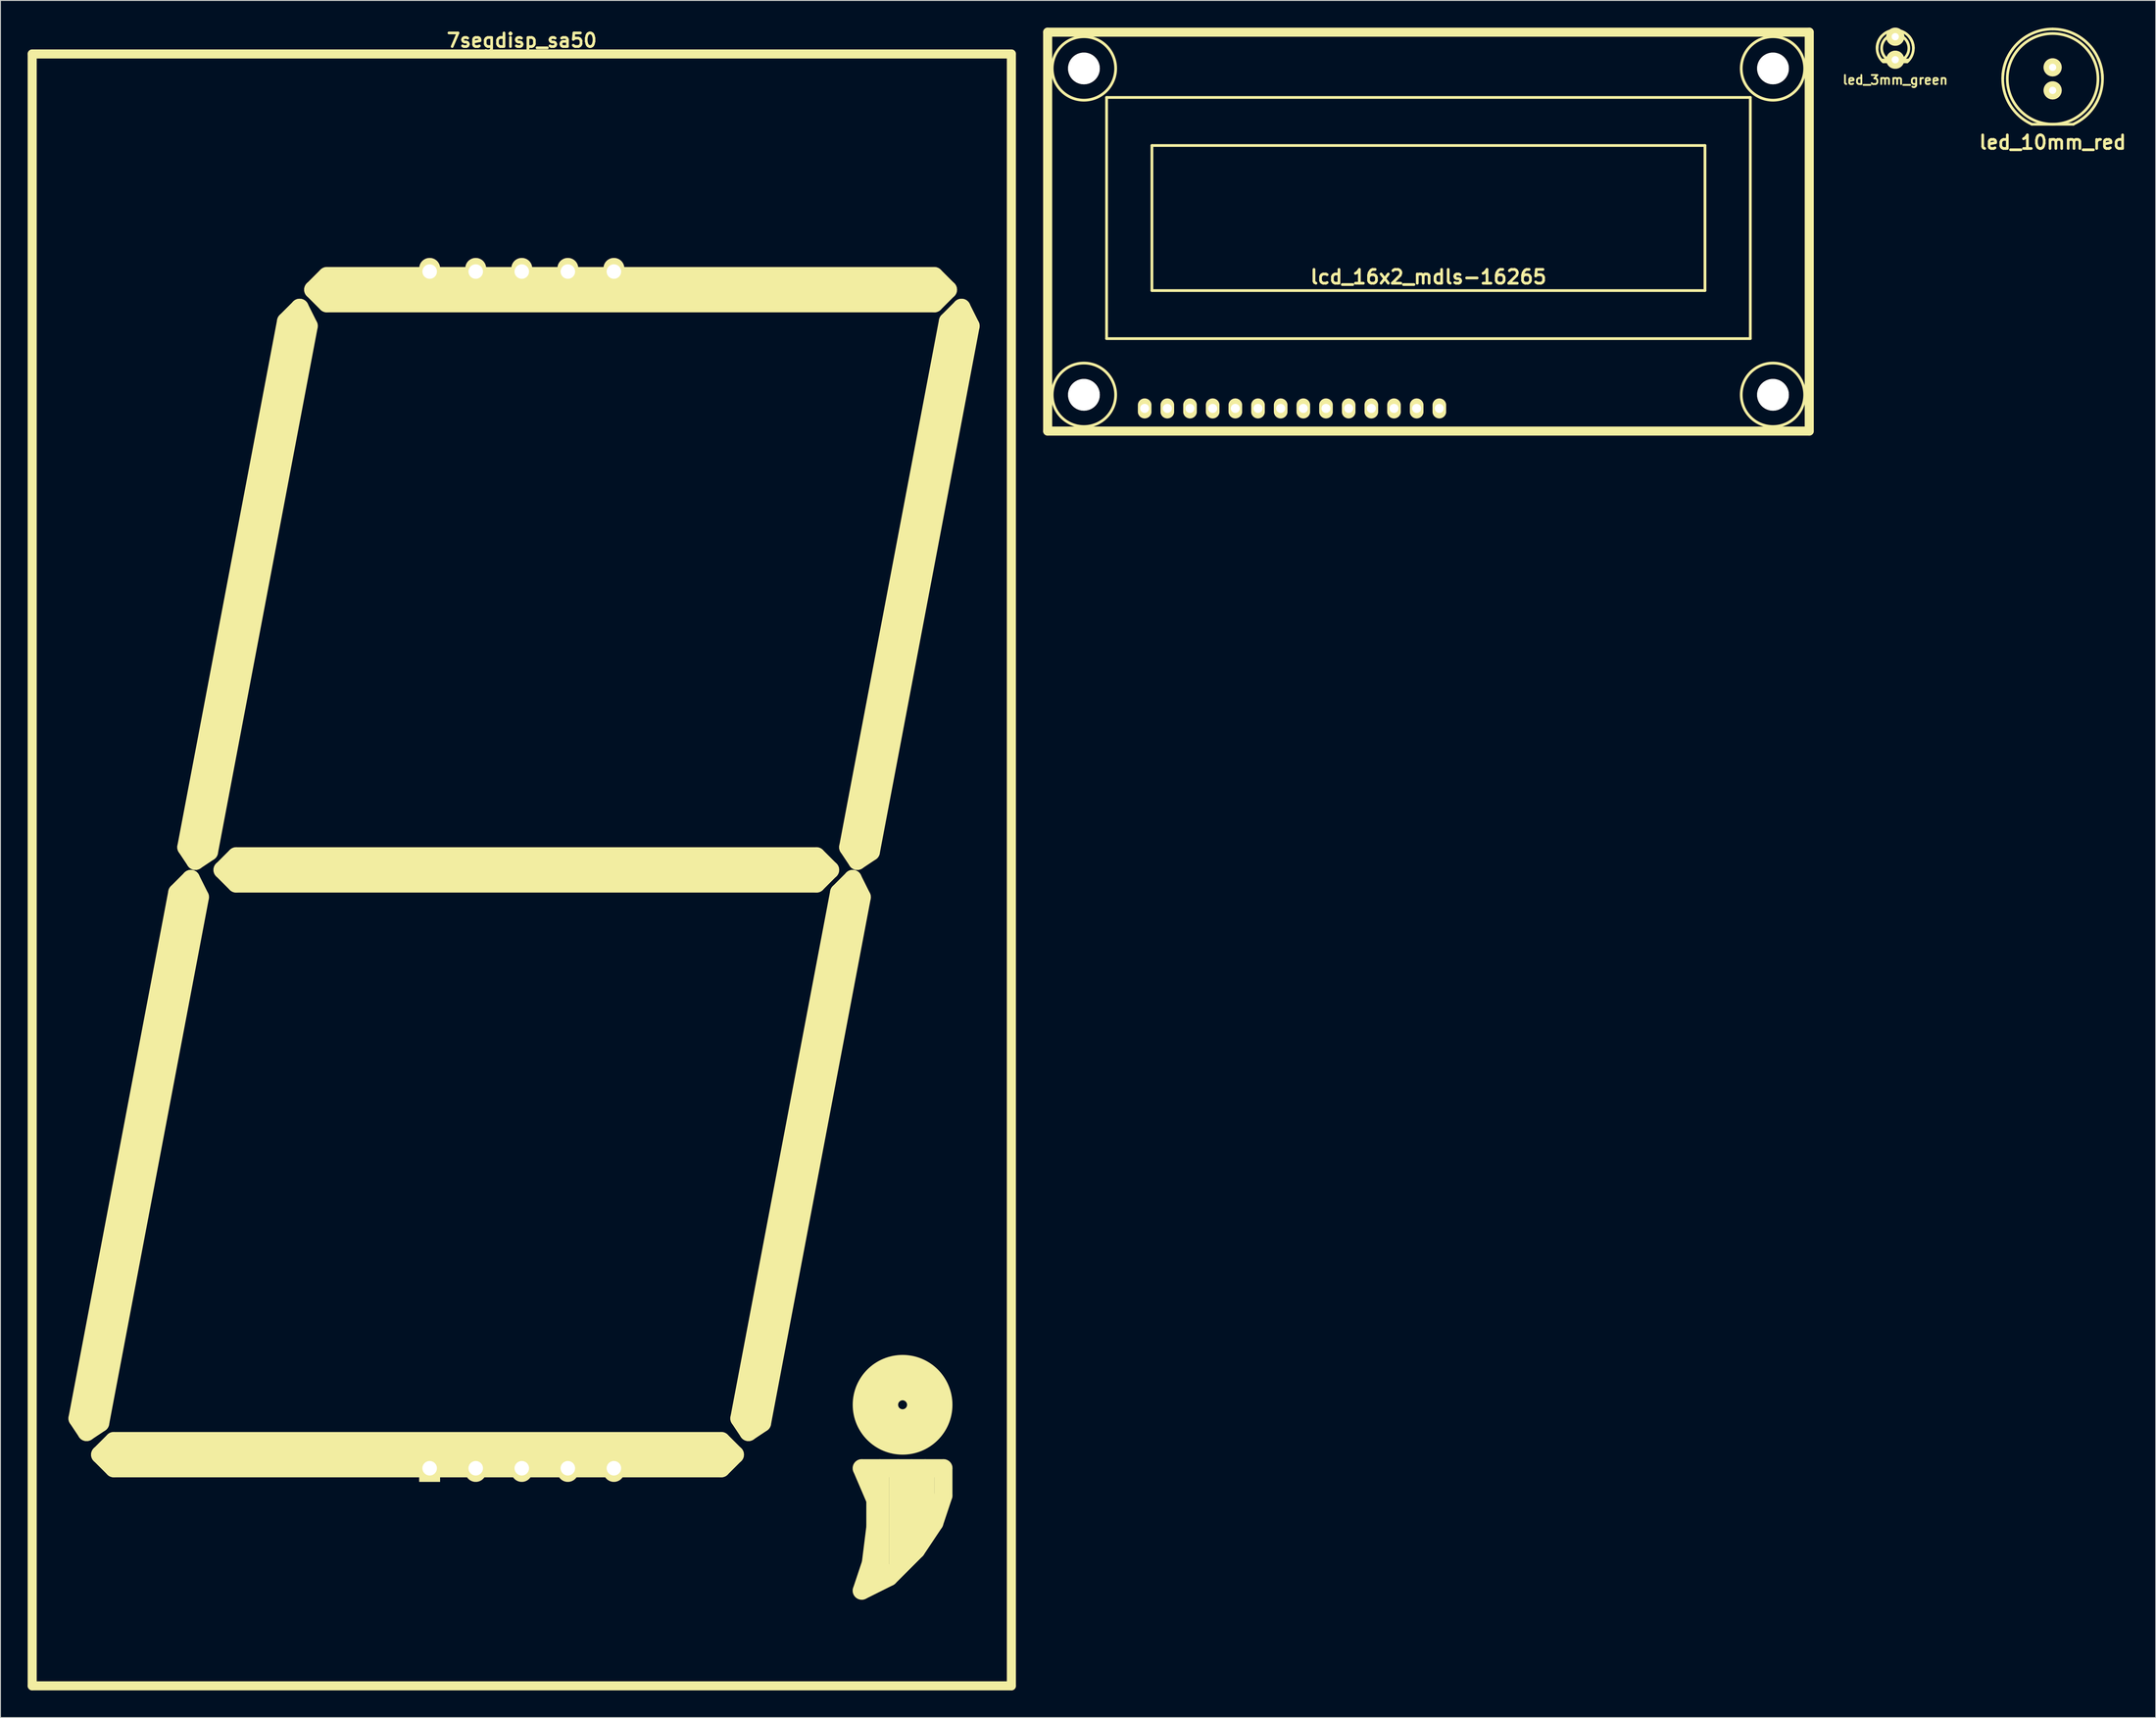
<source format=kicad_pcb>
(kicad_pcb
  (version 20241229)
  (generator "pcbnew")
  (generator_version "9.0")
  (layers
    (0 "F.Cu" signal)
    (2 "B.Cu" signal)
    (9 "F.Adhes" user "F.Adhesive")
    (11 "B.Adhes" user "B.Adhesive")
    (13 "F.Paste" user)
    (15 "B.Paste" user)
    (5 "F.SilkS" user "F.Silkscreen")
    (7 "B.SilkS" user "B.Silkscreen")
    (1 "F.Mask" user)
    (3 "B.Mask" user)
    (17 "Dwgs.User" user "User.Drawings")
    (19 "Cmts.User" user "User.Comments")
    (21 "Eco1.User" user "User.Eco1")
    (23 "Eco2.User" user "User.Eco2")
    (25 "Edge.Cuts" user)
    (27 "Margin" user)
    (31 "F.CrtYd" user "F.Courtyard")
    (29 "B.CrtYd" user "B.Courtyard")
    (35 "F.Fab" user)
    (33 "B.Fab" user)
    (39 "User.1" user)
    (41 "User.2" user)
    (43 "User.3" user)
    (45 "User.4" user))
  (footprint "led_10mm_red"
    (layer "F.Cu")
    (at 223.344 5.649)
    (property "Reference" "led_10mm_red" (at 0 7 0) (layer "F.SilkS") (effects (font (size 1.5 1.5) (thickness 0.3))))
    (attr through_hole)
    (fp_line (start -2.301 5.009) (end 2.301 5.009) (stroke (width 0.3) (type solid)) (layer "F.SilkS"))
    (fp_arc (start -5.4991 0) (mid -3.888451 -3.888451) (end 0 -5.4991) (stroke (width 0.29972) (type solid)) (layer "F.SilkS"))
    (fp_arc (start -2.30124 5.00126) (mid -5.163647 1.909202) (end -5.00126 -2.30124) (stroke (width 0.29972) (type solid)) (layer "F.SilkS"))
    (fp_arc (start 0 -5.4991) (mid 3.888451 -3.888451) (end 5.4991 0) (stroke (width 0.29972) (type solid)) (layer "F.SilkS"))
    (fp_arc (start 5.00126 -2.28092) (mid 5.149279 1.923571) (end 2.28092 5.00126) (stroke (width 0.29972) (type solid)) (layer "F.SilkS"))
    (fp_circle (center 0 0) (end -5.001 0) (stroke (width 0.3) (type solid)) (fill no) (layer "F.SilkS"))
    (pad "1" thru_hole circle (at 0 -1.27) (size 1.999 1.999) (drill 0.8) (layers "*.Cu" "*.Mask" "F.SilkS"))
    (pad "2" thru_hole circle (at 0 1.27) (size 1.999 1.999) (drill 0.8) (layers "*.Cu" "*.Mask" "F.SilkS")))
  (footprint "7segdisp_sa50"
    (layer "F.Cu")
    (at 54.5 92.904)
    (property "Reference" "7segdisp_sa50" (at 0 -91.5 0) (layer "F.SilkS") (effects (font (size 1.5 1.5) (thickness 0.3))))
    (attr through_hole)
    (fp_line (start -54 90) (end -54 -90) (stroke (width 1) (type solid)) (layer "F.SilkS"))
    (fp_line (start -54 90) (end 54 90) (stroke (width 1) (type solid)) (layer "F.SilkS"))
    (fp_line (start -49 60.5) (end -38 2.5) (stroke (width 2) (type solid)) (layer "F.SilkS"))
    (fp_line (start -48 62) (end -49 60.5) (stroke (width 2) (type solid)) (layer "F.SilkS"))
    (fp_line (start -48 62) (end -46.5 61) (stroke (width 2) (type solid)) (layer "F.SilkS"))
    (fp_line (start -48 62) (end -36.5 1) (stroke (width 2) (type solid)) (layer "F.SilkS"))
    (fp_line (start -46.5 61) (end -35.5 3) (stroke (width 2) (type solid)) (layer "F.SilkS"))
    (fp_line (start -46.5 64.5) (end -45 66) (stroke (width 2) (type solid)) (layer "F.SilkS"))
    (fp_line (start -45 63) (end -46.5 64.5) (stroke (width 2) (type solid)) (layer "F.SilkS"))
    (fp_line (start -45 66) (end 22 66) (stroke (width 2) (type solid)) (layer "F.SilkS"))
    (fp_line (start -37 -2.5) (end -26 -60.5) (stroke (width 2) (type solid)) (layer "F.SilkS"))
    (fp_line (start -36.5 1) (end -38 2.5) (stroke (width 2) (type solid)) (layer "F.SilkS"))
    (fp_line (start -36.5 1) (end -35.5 3) (stroke (width 2) (type solid)) (layer "F.SilkS"))
    (fp_line (start -36 -1) (end -37 -2.5) (stroke (width 2) (type solid)) (layer "F.SilkS"))
    (fp_line (start -36 -1) (end -34.5 -2) (stroke (width 2) (type solid)) (layer "F.SilkS"))
    (fp_line (start -36 -1) (end -24.5 -62) (stroke (width 2) (type solid)) (layer "F.SilkS"))
    (fp_line (start -34.5 -2) (end -23.5 -60) (stroke (width 2) (type solid)) (layer "F.SilkS"))
    (fp_line (start -33 0) (end -31.5 -1.5) (stroke (width 2) (type solid)) (layer "F.SilkS"))
    (fp_line (start -33 0) (end -31.5 1.5) (stroke (width 2) (type solid)) (layer "F.SilkS"))
    (fp_line (start -31.5 -1.5) (end 32.5 -1.5) (stroke (width 2) (type solid)) (layer "F.SilkS"))
    (fp_line (start -24.5 -62) (end -26 -60.5) (stroke (width 2) (type solid)) (layer "F.SilkS"))
    (fp_line (start -24.5 -62) (end -23.5 -60) (stroke (width 2) (type solid)) (layer "F.SilkS"))
    (fp_line (start -23 -64) (end -21.5 -62.5) (stroke (width 2) (type solid)) (layer "F.SilkS"))
    (fp_line (start -21.5 -65.5) (end -23 -64) (stroke (width 2) (type solid)) (layer "F.SilkS"))
    (fp_line (start -21.5 -62.5) (end 45.5 -62.5) (stroke (width 2) (type solid)) (layer "F.SilkS"))
    (fp_line (start 22 63) (end -45 63) (stroke (width 2) (type solid)) (layer "F.SilkS"))
    (fp_line (start 22 66) (end 23.5 64.5) (stroke (width 2) (type solid)) (layer "F.SilkS"))
    (fp_line (start 23.5 64.5) (end -46.5 64.5) (stroke (width 2) (type solid)) (layer "F.SilkS"))
    (fp_line (start 23.5 64.5) (end 22 63) (stroke (width 2) (type solid)) (layer "F.SilkS"))
    (fp_line (start 24 60.5) (end 35 2.5) (stroke (width 2) (type solid)) (layer "F.SilkS"))
    (fp_line (start 25 62) (end 24 60.5) (stroke (width 2) (type solid)) (layer "F.SilkS"))
    (fp_line (start 25 62) (end 26.5 61) (stroke (width 2) (type solid)) (layer "F.SilkS"))
    (fp_line (start 25 62) (end 36.5 1) (stroke (width 2) (type solid)) (layer "F.SilkS"))
    (fp_line (start 26.5 61) (end 37.5 3) (stroke (width 2) (type solid)) (layer "F.SilkS"))
    (fp_line (start 32.5 1.5) (end -31.5 1.5) (stroke (width 2) (type solid)) (layer "F.SilkS"))
    (fp_line (start 34 0) (end -33 0) (stroke (width 2) (type solid)) (layer "F.SilkS"))
    (fp_line (start 34 0) (end 32.5 -1.5) (stroke (width 2) (type solid)) (layer "F.SilkS"))
    (fp_line (start 34 0) (end 32.5 1.5) (stroke (width 2) (type solid)) (layer "F.SilkS"))
    (fp_line (start 36 -2.5) (end 47 -60.5) (stroke (width 2) (type solid)) (layer "F.SilkS"))
    (fp_line (start 36.5 1) (end 35 2.5) (stroke (width 2) (type solid)) (layer "F.SilkS"))
    (fp_line (start 36.5 1) (end 37.5 3) (stroke (width 2) (type solid)) (layer "F.SilkS"))
    (fp_line (start 37 -1) (end 36 -2.5) (stroke (width 2) (type solid)) (layer "F.SilkS"))
    (fp_line (start 37 -1) (end 38.5 -2) (stroke (width 2) (type solid)) (layer "F.SilkS"))
    (fp_line (start 37 -1) (end 48.5 -62) (stroke (width 2) (type solid)) (layer "F.SilkS"))
    (fp_line (start 37.5 79.5) (end 38.5 76.5) (stroke (width 2) (type solid)) (layer "F.SilkS"))
    (fp_line (start 37.5 79.5) (end 40.5 78) (stroke (width 2) (type solid)) (layer "F.SilkS"))
    (fp_line (start 38.5 -2) (end 49.5 -60) (stroke (width 2) (type solid)) (layer "F.SilkS"))
    (fp_line (start 38.5 76.5) (end 39 72.5) (stroke (width 2) (type solid)) (layer "F.SilkS"))
    (fp_line (start 39 69.5) (end 37.5 66) (stroke (width 2) (type solid)) (layer "F.SilkS"))
    (fp_line (start 39 72.5) (end 39 69.5) (stroke (width 2) (type solid)) (layer "F.SilkS"))
    (fp_line (start 39.5 66) (end 39.5 77.5) (stroke (width 2) (type solid)) (layer "F.SilkS"))
    (fp_line (start 40.5 78) (end 43.5 75) (stroke (width 2) (type solid)) (layer "F.SilkS"))
    (fp_line (start 41.5 66) (end 41.5 76.5) (stroke (width 2) (type solid)) (layer "F.SilkS"))
    (fp_line (start 43 66) (end 43 75) (stroke (width 2) (type solid)) (layer "F.SilkS"))
    (fp_line (start 44.5 66) (end 44.5 73) (stroke (width 2) (type solid)) (layer "F.SilkS"))
    (fp_line (start 45.5 -65.5) (end -21.5 -65.5) (stroke (width 2) (type solid)) (layer "F.SilkS"))
    (fp_line (start 45.5 -62.5) (end 47 -64) (stroke (width 2) (type solid)) (layer "F.SilkS"))
    (fp_line (start 45.5 72) (end 43.5 75) (stroke (width 2) (type solid)) (layer "F.SilkS"))
    (fp_line (start 46.5 66) (end 37.5 66) (stroke (width 2) (type solid)) (layer "F.SilkS"))
    (fp_line (start 46.5 66) (end 46.5 69) (stroke (width 2) (type solid)) (layer "F.SilkS"))
    (fp_line (start 46.5 69) (end 45.5 72) (stroke (width 2) (type solid)) (layer "F.SilkS"))
    (fp_line (start 47 -64) (end -23 -64) (stroke (width 2) (type solid)) (layer "F.SilkS"))
    (fp_line (start 47 -64) (end 45.5 -65.5) (stroke (width 2) (type solid)) (layer "F.SilkS"))
    (fp_line (start 48.5 -62) (end 47 -60.5) (stroke (width 2) (type solid)) (layer "F.SilkS"))
    (fp_line (start 48.5 -62) (end 49.5 -60) (stroke (width 2) (type solid)) (layer "F.SilkS"))
    (fp_line (start 54 -90) (end -54 -90) (stroke (width 1) (type solid)) (layer "F.SilkS"))
    (fp_line (start 54 -90) (end 54 90) (stroke (width 1) (type solid)) (layer "F.SilkS"))
    (fp_circle (center 42 59) (end 42.5 59) (stroke (width 2) (type solid)) (fill no) (layer "F.SilkS"))
    (fp_circle (center 42 59) (end 43.5 59) (stroke (width 2) (type solid)) (fill no) (layer "F.SilkS"))
    (fp_circle (center 42 59) (end 45 59) (stroke (width 2) (type solid)) (fill no) (layer "F.SilkS"))
    (fp_circle (center 42 59) (end 46.5 59) (stroke (width 2) (type solid)) (fill no) (layer "F.SilkS"))
    (pad "1" thru_hole rect (at -10.16 66 90) (size 3 2.3) (drill 1.6) (layers "*.Cu" "*.Mask" "F.SilkS"))
    (pad "2" thru_hole oval (at -5.08 66 90) (size 3 2.3) (drill 1.6) (layers "*.Cu" "*.Mask" "F.SilkS"))
    (pad "3" thru_hole oval (at 0 66 90) (size 3 2.3) (drill 1.6) (layers "*.Cu" "*.Mask" "F.SilkS"))
    (pad "4" thru_hole oval (at 5.08 66 90) (size 3 2.3) (drill 1.6) (layers "*.Cu" "*.Mask" "F.SilkS"))
    (pad "5" thru_hole oval (at 10.16 66 90) (size 3 2.3) (drill 1.6) (layers "*.Cu" "*.Mask" "F.SilkS"))
    (pad "6" thru_hole oval (at 10.16 -66 90) (size 3 2.3) (drill 1.6) (layers "*.Cu" "*.Mask" "F.SilkS"))
    (pad "7" thru_hole oval (at 5.08 -66 90) (size 3 2.3) (drill 1.6) (layers "*.Cu" "*.Mask" "F.SilkS"))
    (pad "8" thru_hole oval (at 0 -66 90) (size 3 2.3) (drill 1.6) (layers "*.Cu" "*.Mask" "F.SilkS"))
    (pad "9" thru_hole oval (at -5.08 -66 90) (size 3 2.3) (drill 1.6) (layers "*.Cu" "*.Mask" "F.SilkS"))
    (pad "10" thru_hole oval (at -10.16 -66 90) (size 3 2.3) (drill 1.6) (layers "*.Cu" "*.Mask" "F.SilkS")))
  (footprint "led_3mm_green"
    (layer "F.Cu")
    (at 205.986 2.269)
    (property "Reference" "led_3mm_green" (at 0 3.5 0) (layer "F.SilkS") (effects (font (size 1 1) (thickness 0.2))))
    (attr through_hole)
    (fp_line (start -1.501 1.3) (end 1.501 1.3) (stroke (width 0.3) (type solid)) (layer "F.SilkS"))
    (fp_line (start -1.3 1.501) (end 1.3 1.501) (stroke (width 0.3) (type solid)) (layer "F.SilkS"))
    (fp_arc (start -1.99898 0) (mid -1.413492 -1.413492) (end 0 -1.99898) (stroke (width 0.29972) (type solid)) (layer "F.SilkS"))
    (fp_arc (start -1.33096 1.50114) (mid -2.002597 0.120335) (end -1.50114 -1.33096) (stroke (width 0.29972) (type solid)) (layer "F.SilkS"))
    (fp_arc (start 0 -1.99898) (mid 1.413492 -1.413492) (end 1.99898 0) (stroke (width 0.29972) (type solid)) (layer "F.SilkS"))
    (fp_arc (start 1.50876 -1.31064) (mid 1.993617 0.140092) (end 1.31064 1.50876) (stroke (width 0.29972) (type solid)) (layer "F.SilkS"))
    (fp_circle (center 0 0) (end -1.501 0) (stroke (width 0.3) (type solid)) (fill no) (layer "F.SilkS"))
    (pad "1" thru_hole circle (at 0 -1.27) (size 1.999 1.999) (drill 0.8) (layers "*.Cu" "*.Mask" "F.SilkS"))
    (pad "2" thru_hole circle (at 0 1.27) (size 1.999 1.999) (drill 0.8) (layers "*.Cu" "*.Mask" "F.SilkS")))
  (footprint "lcd_16x2_mdls-16265"
    (layer "F.Cu")
    (at 154.5 22.5)
    (property "Reference" "lcd_16x2_mdls-16265" (at 0 5.001 0) (layer "F.SilkS") (effects (font (size 1.524 1.524) (thickness 0.305))))
    (attr through_hole)
    (fp_line (start -42 -22) (end 42 -22) (stroke (width 1.001) (type solid)) (layer "F.SilkS"))
    (fp_line (start -42 22) (end -42 -22) (stroke (width 1.001) (type solid)) (layer "F.SilkS"))
    (fp_line (start -35.5 -14.8) (end 35.5 -14.8) (stroke (width 0.305) (type solid)) (layer "F.SilkS"))
    (fp_line (start -35.5 11.8) (end -35.5 -14.8) (stroke (width 0.305) (type solid)) (layer "F.SilkS"))
    (fp_line (start -30.5 -9.5) (end -30.5 6.5) (stroke (width 0.305) (type solid)) (layer "F.SilkS"))
    (fp_line (start -30.5 6.5) (end 30.5 6.5) (stroke (width 0.305) (type solid)) (layer "F.SilkS"))
    (fp_line (start 30.5 -9.5) (end -30.5 -9.5) (stroke (width 0.305) (type solid)) (layer "F.SilkS"))
    (fp_line (start 30.5 6.5) (end 30.5 -9.5) (stroke (width 0.305) (type solid)) (layer "F.SilkS"))
    (fp_line (start 35.5 -14.8) (end 35.5 11.8) (stroke (width 0.305) (type solid)) (layer "F.SilkS"))
    (fp_line (start 35.5 11.8) (end -35.5 11.8) (stroke (width 0.305) (type solid)) (layer "F.SilkS"))
    (fp_line (start 42 -22) (end 42 22) (stroke (width 1.001) (type solid)) (layer "F.SilkS"))
    (fp_line (start 42 22) (end -42 22) (stroke (width 1.001) (type solid)) (layer "F.SilkS"))
    (fp_circle (center -38 -18) (end -41.5 -18) (stroke (width 0.305) (type solid)) (fill no) (layer "F.SilkS"))
    (fp_circle (center -38 18) (end -41.5 18) (stroke (width 0.305) (type solid)) (fill no) (layer "F.SilkS"))
    (fp_circle (center 38 -18) (end 41.5 -18) (stroke (width 0.305) (type solid)) (fill no) (layer "F.SilkS"))
    (fp_circle (center 38 18) (end 41.5 18) (stroke (width 0.305) (type solid)) (fill no) (layer "F.SilkS"))
    (pad "" np_thru_hole circle (at -38 -18) (size 3.5 3.5) (drill 3.5) (layers "*.Cu" "*.Mask" "F.SilkS"))
    (pad "" np_thru_hole circle (at -38 18) (size 3.5 3.5) (drill 3.5) (layers "*.Cu" "*.Mask" "F.SilkS"))
    (pad "" np_thru_hole circle (at 38 -18) (size 3.5 3.5) (drill 3.5) (layers "*.Cu" "*.Mask" "F.SilkS"))
    (pad "" np_thru_hole circle (at 38 18) (size 3.5 3.5) (drill 3.5) (layers "*.Cu" "*.Mask" "F.SilkS"))
    (pad "1" thru_hole oval (at 1.2 19.5) (size 1.5 2.2) (drill 1) (layers "*.Cu" "*.Mask" "F.SilkS"))
    (pad "2" thru_hole oval (at -1.3 19.5) (size 1.5 2.2) (drill 1) (layers "*.Cu" "*.Mask" "F.SilkS"))
    (pad "3" thru_hole oval (at -3.8 19.5) (size 1.5 2.2) (drill 1) (layers "*.Cu" "*.Mask" "F.SilkS"))
    (pad "4" thru_hole oval (at -6.3 19.5) (size 1.5 2.2) (drill 1) (layers "*.Cu" "*.Mask" "F.SilkS"))
    (pad "5" thru_hole oval (at -8.8 19.5) (size 1.5 2.2) (drill 1) (layers "*.Cu" "*.Mask" "F.SilkS"))
    (pad "6" thru_hole oval (at -11.3 19.5) (size 1.5 2.2) (drill 1) (layers "*.Cu" "*.Mask" "F.SilkS"))
    (pad "7" thru_hole oval (at -13.8 19.5) (size 1.5 2.2) (drill 1) (layers "*.Cu" "*.Mask" "F.SilkS"))
    (pad "8" thru_hole oval (at -16.3 19.5) (size 1.5 2.2) (drill 1) (layers "*.Cu" "*.Mask" "F.SilkS"))
    (pad "9" thru_hole oval (at -18.8 19.5) (size 1.5 2.2) (drill 1) (layers "*.Cu" "*.Mask" "F.SilkS"))
    (pad "10" thru_hole oval (at -21.3 19.5) (size 1.5 2.2) (drill 1) (layers "*.Cu" "*.Mask" "F.SilkS"))
    (pad "11" thru_hole oval (at -23.8 19.5) (size 1.5 2.2) (drill 1) (layers "*.Cu" "*.Mask" "F.SilkS"))
    (pad "12" thru_hole oval (at -26.3 19.5) (size 1.5 2.2) (drill 1) (layers "*.Cu" "*.Mask" "F.SilkS"))
    (pad "13" thru_hole oval (at -28.8 19.5) (size 1.5 2.2) (drill 1) (layers "*.Cu" "*.Mask" "F.SilkS"))
    (pad "14" thru_hole oval (at -31.3 19.5) (size 1.5 2.2) (drill 1) (layers "*.Cu" "*.Mask" "F.SilkS")))
  (gr_rect
    (start -3 -3)
    (end 234.715 186.404)
    (stroke (width 0.1) (type default))
    (fill no)
    (layer "Edge.Cuts")))
</source>
